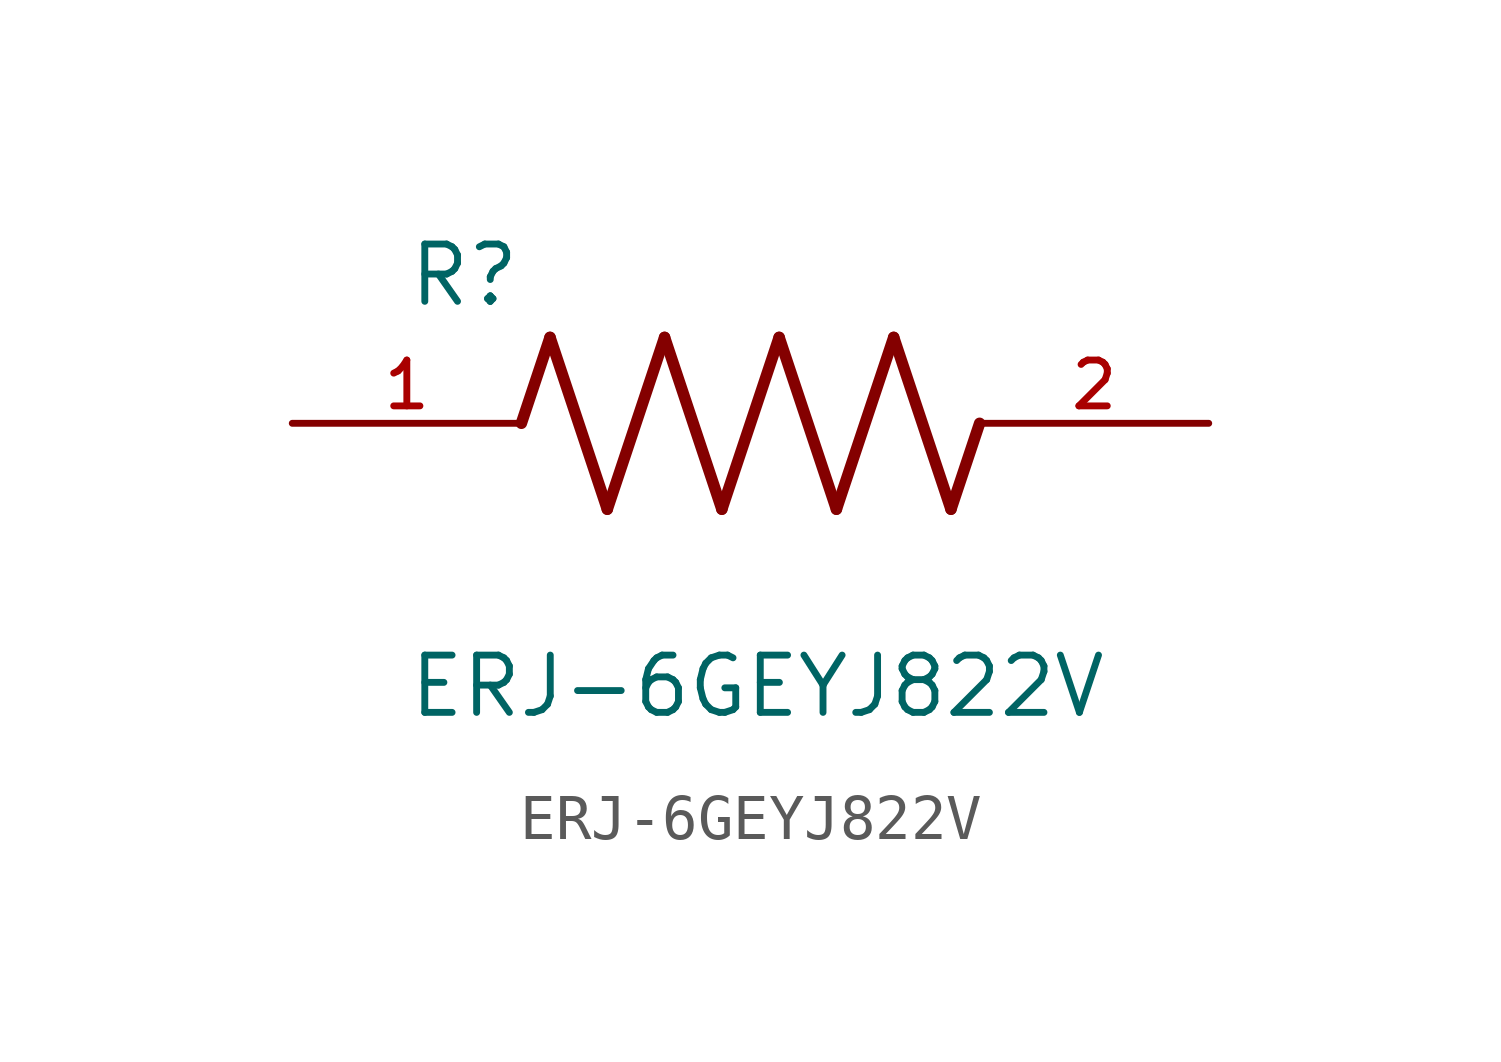
<source format=kicad_sym>
(kicad_symbol_lib
  (version 20211014)
  (generator kicad_symbol_editor)
  (symbol "ERJ-6GEYJ822V"
    (pin_names
      (offset 1.016))
    (property "Reference" "R"
      (at -7.624 2.541 0)
      (effects (font (size 1.27 1.27)) (justify bottom left)))
    (property "Value" "ERJ-6GEYJ822V"
      (at -7.624 -5.087 0)
      (effects (font (size 1.27 1.27)) (justify top left)))
    (symbol "ERJ-6GEYJ822V_0_0"
      (polyline (pts (xy -5.08 0.0) (xy -4.445 1.905)) (stroke (width 0.254)))
      (polyline (pts (xy -4.445 1.905) (xy -3.175 -1.905)) (stroke (width 0.254)))
      (polyline (pts (xy -3.175 -1.905) (xy -1.905 1.905)) (stroke (width 0.254)))
      (polyline (pts (xy -1.905 1.905) (xy -0.635 -1.905)) (stroke (width 0.254)))
      (polyline (pts (xy -0.635 -1.905) (xy 0.635 1.905)) (stroke (width 0.254)))
      (polyline (pts (xy 0.635 1.905) (xy 1.905 -1.905)) (stroke (width 0.254)))
      (polyline (pts (xy 1.905 -1.905) (xy 3.175 1.905)) (stroke (width 0.254)))
      (polyline (pts (xy 3.175 1.905) (xy 4.445 -1.905)) (stroke (width 0.254)))
      (polyline (pts (xy 4.445 -1.905) (xy 5.08 0.0)) (stroke (width 0.254)))
      (pin passive line (at -10.16 0.0 0) (length 5.08) (name "~" (effects (font (size 1.016 1.016)))) (number "1" (effects (font (size 1.016 1.016)))))
      (pin passive line (at 10.16 0.0 180.0) (length 5.08) (name "~" (effects (font (size 1.016 1.016)))) (number "2" (effects (font (size 1.016 1.016))))))))
</source>
